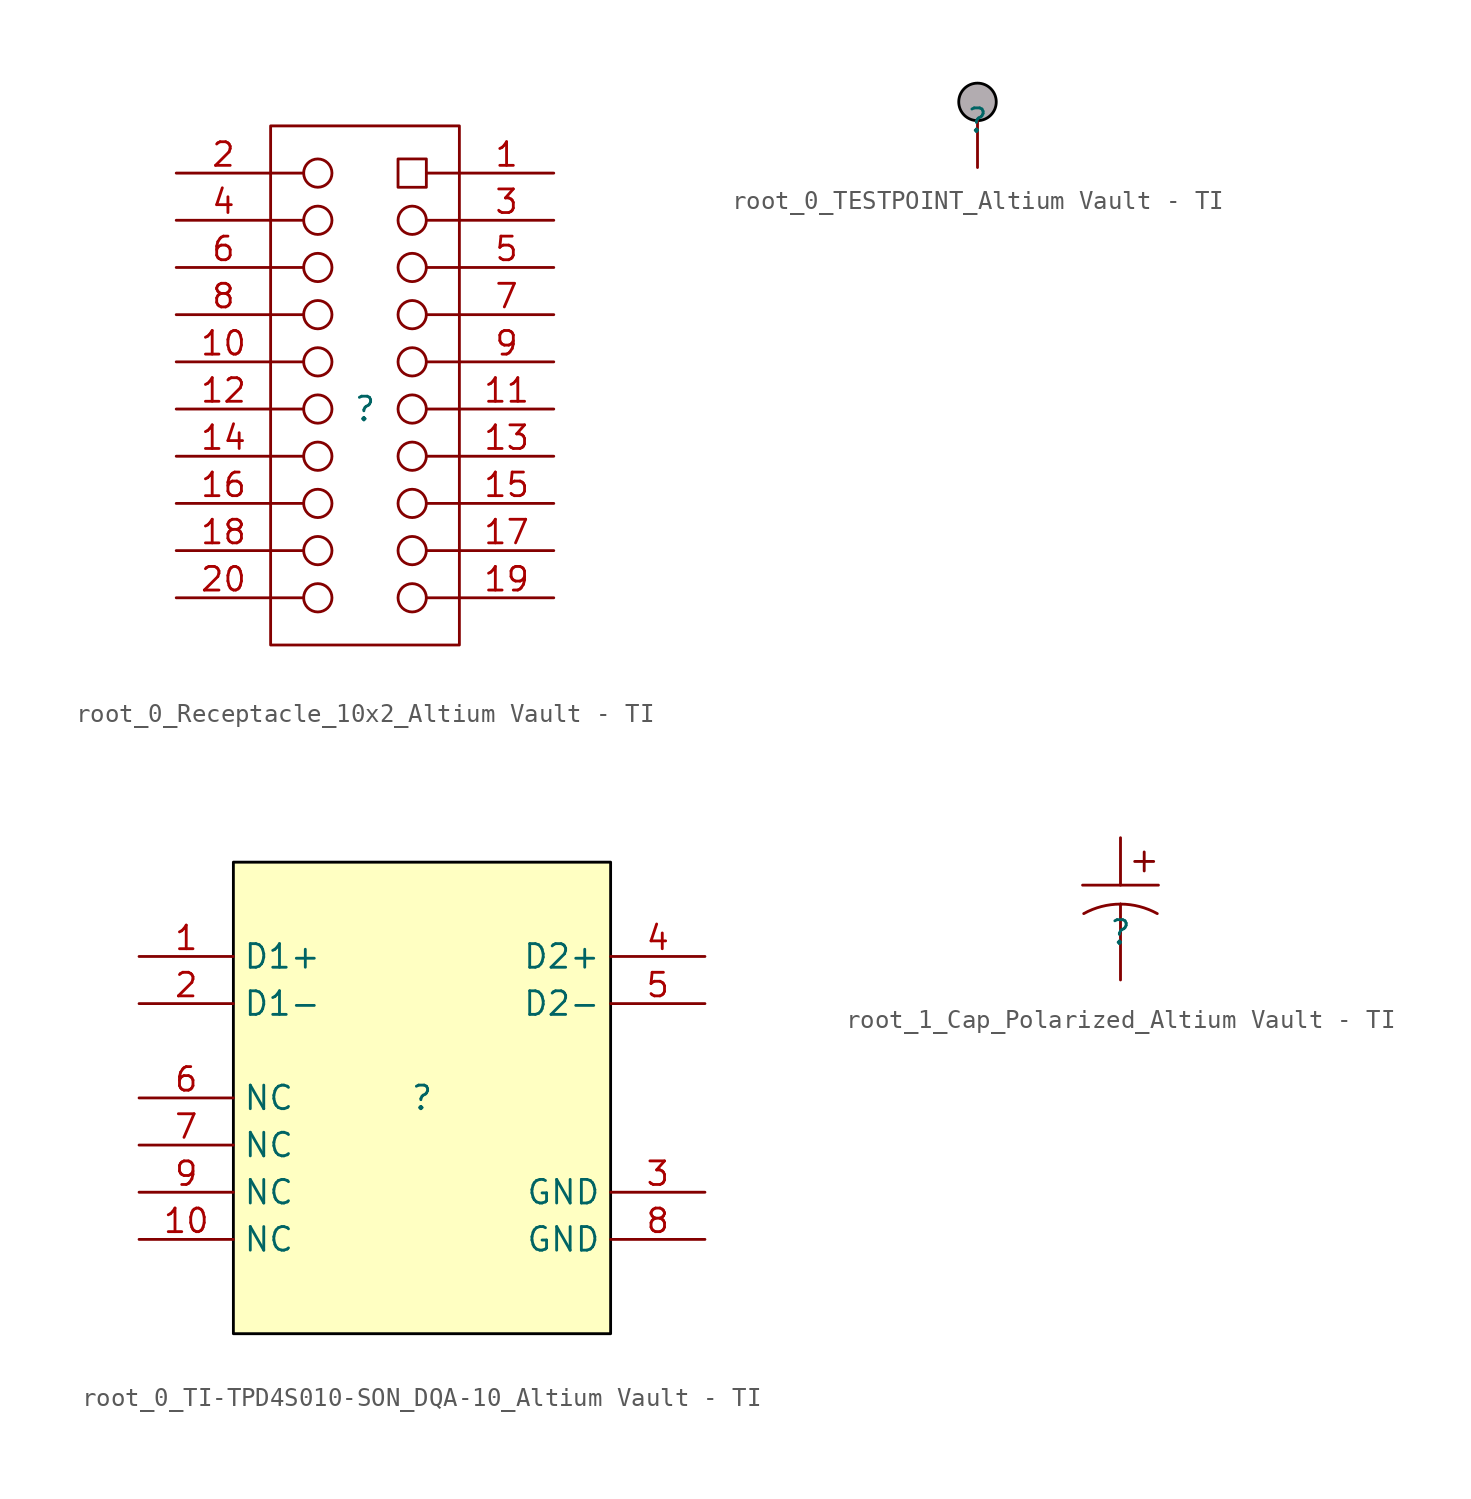
<source format=kicad_sym>
(kicad_symbol_lib
  (version 20241209)
  (generator "kicad_symbol_editor")
  (generator_version "9.0")
  (symbol "root_0_Receptacle_10x2_Altium Vault - TI"
    (pin_names
      (hide yes))
    (property "Reference" ""
      (at 0 0 0)
      (effects (font (size 1.27 1.27))))
    (property "Value" ""
      (at 0 0 0)
      (effects (font (size 1.27 1.27))))
    (symbol "root_0_Receptacle_10x2_Altium Vault - TI_1_0"
      (polyline (pts (xy -5.08 12.7) (xy -3.302 12.7)) (stroke (width 0) (type solid)) (fill (type none)))
      (polyline (pts (xy -5.08 10.16) (xy -3.302 10.16)) (stroke (width 0) (type solid)) (fill (type none)))
      (polyline (pts (xy -5.08 7.62) (xy -3.302 7.62)) (stroke (width 0) (type solid)) (fill (type none)))
      (polyline (pts (xy -5.08 5.08) (xy -3.302 5.08)) (stroke (width 0) (type solid)) (fill (type none)))
      (polyline (pts (xy -5.08 2.54) (xy -3.302 2.54)) (stroke (width 0) (type solid)) (fill (type none)))
      (polyline (pts (xy -5.08 0) (xy -3.302 0)) (stroke (width 0) (type solid)) (fill (type none)))
      (polyline (pts (xy -5.08 -2.54) (xy -3.302 -2.54)) (stroke (width 0) (type solid)) (fill (type none)))
      (polyline (pts (xy -5.08 -5.08) (xy -3.302 -5.08)) (stroke (width 0) (type solid)) (fill (type none)))
      (polyline (pts (xy -5.08 -7.62) (xy -3.302 -7.62)) (stroke (width 0) (type solid)) (fill (type none)))
      (polyline (pts (xy -5.08 -10.16) (xy -3.302 -10.16)) (stroke (width 0) (type solid)) (fill (type none)))
      (circle (center -2.54 12.7) (radius 0.762) (stroke (width 0) (type solid)) (fill (type color) (color 255 255 255 1)))
      (circle (center -2.54 10.16) (radius 0.762) (stroke (width 0) (type solid)) (fill (type color) (color 255 255 255 1)))
      (circle (center -2.54 7.62) (radius 0.762) (stroke (width 0) (type solid)) (fill (type color) (color 255 255 255 1)))
      (circle (center -2.54 5.08) (radius 0.762) (stroke (width 0) (type solid)) (fill (type color) (color 255 255 255 1)))
      (circle (center -2.54 2.54) (radius 0.762) (stroke (width 0) (type solid)) (fill (type color) (color 255 255 255 1)))
      (circle (center -2.54 0) (radius 0.762) (stroke (width 0) (type solid)) (fill (type color) (color 255 255 255 1)))
      (circle (center -2.54 -2.54) (radius 0.762) (stroke (width 0) (type solid)) (fill (type color) (color 255 255 255 1)))
      (circle (center -2.54 -5.08) (radius 0.762) (stroke (width 0) (type solid)) (fill (type color) (color 255 255 255 1)))
      (circle (center -2.54 -7.62) (radius 0.762) (stroke (width 0) (type solid)) (fill (type color) (color 255 255 255 1)))
      (circle (center -2.54 -10.16) (radius 0.762) (stroke (width 0) (type solid)) (fill (type color) (color 255 255 255 1)))
      (circle (center 2.54 10.16) (radius 0.762) (stroke (width 0) (type solid)) (fill (type color) (color 255 255 255 1)))
      (circle (center 2.54 7.62) (radius 0.762) (stroke (width 0) (type solid)) (fill (type color) (color 255 255 255 1)))
      (circle (center 2.54 5.08) (radius 0.762) (stroke (width 0) (type solid)) (fill (type color) (color 255 255 255 1)))
      (circle (center 2.54 2.54) (radius 0.762) (stroke (width 0) (type solid)) (fill (type color) (color 255 255 255 1)))
      (circle (center 2.54 0) (radius 0.762) (stroke (width 0) (type solid)) (fill (type color) (color 255 255 255 1)))
      (circle (center 2.54 -2.54) (radius 0.762) (stroke (width 0) (type solid)) (fill (type color) (color 255 255 255 1)))
      (circle (center 2.54 -5.08) (radius 0.762) (stroke (width 0) (type solid)) (fill (type color) (color 255 255 255 1)))
      (circle (center 2.54 -7.62) (radius 0.762) (stroke (width 0) (type solid)) (fill (type color) (color 255 255 255 1)))
      (circle (center 2.54 -10.16) (radius 0.762) (stroke (width 0) (type solid)) (fill (type color) (color 255 255 255 1)))
      (rectangle (start 3.302 13.462) (end 1.778 11.938) (stroke (width 0) (type solid)) (fill (type color) (color 255 255 255 1)))
      (rectangle (start 5.08 15.24) (end -5.08 -12.7) (stroke (width 0) (type solid)) (fill (type none)))
      (polyline (pts (xy 5.08 12.7) (xy 3.302 12.7)) (stroke (width 0) (type solid)) (fill (type none)))
      (polyline (pts (xy 5.08 10.16) (xy 3.302 10.16)) (stroke (width 0) (type solid)) (fill (type none)))
      (polyline (pts (xy 5.08 7.62) (xy 3.302 7.62)) (stroke (width 0) (type solid)) (fill (type none)))
      (polyline (pts (xy 5.08 5.08) (xy 3.302 5.08)) (stroke (width 0) (type solid)) (fill (type none)))
      (polyline (pts (xy 5.08 2.54) (xy 3.302 2.54)) (stroke (width 0) (type solid)) (fill (type none)))
      (polyline (pts (xy 5.08 0) (xy 3.302 0)) (stroke (width 0) (type solid)) (fill (type none)))
      (polyline (pts (xy 5.08 -2.54) (xy 3.302 -2.54)) (stroke (width 0) (type solid)) (fill (type none)))
      (polyline (pts (xy 5.08 -5.08) (xy 3.302 -5.08)) (stroke (width 0) (type solid)) (fill (type none)))
      (polyline (pts (xy 5.08 -7.62) (xy 3.302 -7.62)) (stroke (width 0) (type solid)) (fill (type none)))
      (polyline (pts (xy 5.08 -10.16) (xy 3.302 -10.16)) (stroke (width 0) (type solid)) (fill (type none)))
      (pin passive line (at -10.16 12.7 0) (length 5.08) (name "2" (effects (font (size 1.27 1.27)))) (number "2" (effects (font (size 1.27 1.27)))))
      (pin passive line (at -10.16 10.16 0) (length 5.08) (name "4" (effects (font (size 1.27 1.27)))) (number "4" (effects (font (size 1.27 1.27)))))
      (pin passive line (at -10.16 7.62 0) (length 5.08) (name "6" (effects (font (size 1.27 1.27)))) (number "6" (effects (font (size 1.27 1.27)))))
      (pin passive line (at -10.16 5.08 0) (length 5.08) (name "8" (effects (font (size 1.27 1.27)))) (number "8" (effects (font (size 1.27 1.27)))))
      (pin passive line (at -10.16 2.54 0) (length 5.08) (name "10" (effects (font (size 1.27 1.27)))) (number "10" (effects (font (size 1.27 1.27)))))
      (pin passive line (at -10.16 0 0) (length 5.08) (name "12" (effects (font (size 1.27 1.27)))) (number "12" (effects (font (size 1.27 1.27)))))
      (pin passive line (at -10.16 -2.54 0) (length 5.08) (name "14" (effects (font (size 1.27 1.27)))) (number "14" (effects (font (size 1.27 1.27)))))
      (pin passive line (at -10.16 -5.08 0) (length 5.08) (name "16" (effects (font (size 1.27 1.27)))) (number "16" (effects (font (size 1.27 1.27)))))
      (pin passive line (at -10.16 -7.62 0) (length 5.08) (name "18" (effects (font (size 1.27 1.27)))) (number "18" (effects (font (size 1.27 1.27)))))
      (pin passive line (at -10.16 -10.16 0) (length 5.08) (name "20" (effects (font (size 1.27 1.27)))) (number "20" (effects (font (size 1.27 1.27)))))
      (pin passive line (at 10.16 12.7 180) (length 5.08) (name "1" (effects (font (size 1.27 1.27)))) (number "1" (effects (font (size 1.27 1.27)))))
      (pin passive line (at 10.16 10.16 180) (length 5.08) (name "3" (effects (font (size 1.27 1.27)))) (number "3" (effects (font (size 1.27 1.27)))))
      (pin passive line (at 10.16 7.62 180) (length 5.08) (name "5" (effects (font (size 1.27 1.27)))) (number "5" (effects (font (size 1.27 1.27)))))
      (pin passive line (at 10.16 5.08 180) (length 5.08) (name "7" (effects (font (size 1.27 1.27)))) (number "7" (effects (font (size 1.27 1.27)))))
      (pin passive line (at 10.16 2.54 180) (length 5.08) (name "9" (effects (font (size 1.27 1.27)))) (number "9" (effects (font (size 1.27 1.27)))))
      (pin passive line (at 10.16 0 180) (length 5.08) (name "11" (effects (font (size 1.27 1.27)))) (number "11" (effects (font (size 1.27 1.27)))))
      (pin passive line (at 10.16 -2.54 180) (length 5.08) (name "13" (effects (font (size 1.27 1.27)))) (number "13" (effects (font (size 1.27 1.27)))))
      (pin passive line (at 10.16 -5.08 180) (length 5.08) (name "15" (effects (font (size 1.27 1.27)))) (number "15" (effects (font (size 1.27 1.27)))))
      (pin passive line (at 10.16 -7.62 180) (length 5.08) (name "17" (effects (font (size 1.27 1.27)))) (number "17" (effects (font (size 1.27 1.27)))))
      (pin passive line (at 10.16 -10.16 180) (length 5.08) (name "19" (effects (font (size 1.27 1.27)))) (number "19" (effects (font (size 1.27 1.27)))))))
  (symbol "root_0_TESTPOINT_Altium Vault - TI"
    (pin_numbers
      (hide yes))
    (pin_names
      (hide yes))
    (property "Reference" ""
      (at 0 0 0)
      (effects (font (size 1.27 1.27))))
    (property "Value" ""
      (at 0 0 0)
      (effects (font (size 1.27 1.27))))
    (symbol "root_0_TESTPOINT_Altium Vault - TI_1_0"
      (circle (center 0 1.016) (radius 1.016) (stroke (width 0) (type solid) (color 0 0 0 1)) (fill (type color) (color 178 172 176 1)))
      (pin passive line (at 0 -2.54 90) (length 2.54) (name "" (effects (font (size 1.27 1.27)))) (number "1" (effects (font (size 1.27 1.27)))))))
  (symbol "root_0_TI-TPD4S010-SON_DQA-10_Altium Vault - TI"
    (property "Reference" ""
      (at 0 0 0)
      (effects (font (size 1.27 1.27))))
    (property "Value" ""
      (at 0 0 0)
      (effects (font (size 1.27 1.27))))
    (symbol "root_0_TI-TPD4S010-SON_DQA-10_Altium Vault - TI_1_0"
      (rectangle (start 10.16 12.7) (end -10.16 -12.7) (stroke (width 0) (type solid) (color 0 0 0 1)) (fill (type background)))
      (pin passive line (at -15.24 7.62 0) (length 5.08) (name "D1+" (effects (font (size 1.27 1.27)))) (number "1" (effects (font (size 1.27 1.27)))))
      (pin passive line (at -15.24 5.08 0) (length 5.08) (name "D1-" (effects (font (size 1.27 1.27)))) (number "2" (effects (font (size 1.27 1.27)))))
      (pin passive line (at -15.24 0 0) (length 5.08) (name "NC" (effects (font (size 1.27 1.27)))) (number "6" (effects (font (size 1.27 1.27)))))
      (pin passive line (at -15.24 -2.54 0) (length 5.08) (name "NC" (effects (font (size 1.27 1.27)))) (number "7" (effects (font (size 1.27 1.27)))))
      (pin passive line (at -15.24 -5.08 0) (length 5.08) (name "NC" (effects (font (size 1.27 1.27)))) (number "9" (effects (font (size 1.27 1.27)))))
      (pin passive line (at -15.24 -7.62 0) (length 5.08) (name "NC" (effects (font (size 1.27 1.27)))) (number "10" (effects (font (size 1.27 1.27)))))
      (pin passive line (at 15.24 7.62 180) (length 5.08) (name "D2+" (effects (font (size 1.27 1.27)))) (number "4" (effects (font (size 1.27 1.27)))))
      (pin passive line (at 15.24 5.08 180) (length 5.08) (name "D2-" (effects (font (size 1.27 1.27)))) (number "5" (effects (font (size 1.27 1.27)))))
      (pin power_in line (at 15.24 -5.08 180) (length 5.08) (name "GND" (effects (font (size 1.27 1.27)))) (number "3" (effects (font (size 1.27 1.27)))))
      (pin power_in line (at 15.24 -7.62 180) (length 5.08) (name "GND" (effects (font (size 1.27 1.27)))) (number "8" (effects (font (size 1.27 1.27)))))))
  (symbol "root_1_Cap_Polarized_Altium Vault - TI"
    (pin_numbers
      (hide yes))
    (pin_names
      (hide yes))
    (property "Reference" ""
      (at 0 0 0)
      (effects (font (size 1.27 1.27))))
    (property "Value" ""
      (at 0 0 0)
      (effects (font (size 1.27 1.27))))
    (symbol "root_1_Cap_Polarized_Altium Vault - TI_1_0"
      (polyline (pts (xy -2.032 2.54) (xy 2.032 2.54)) (stroke (width 0) (type solid)) (fill (type none)))
      (polyline (pts (xy 0 1.524) (xy 0 0)) (stroke (width 0) (type solid)) (fill (type none)))
      (arc (start -1.9703 1.0145) (mid -1.0176 1.3946) (end 0 1.524) (stroke (width 0) (type solid)) (fill (type none)))
      (arc (start 0 1.524) (mid 1.0175 1.3946) (end 1.9703 1.0145) (stroke (width 0) (type solid)) (fill (type none)))
      (polyline (pts (xy 0.762 3.81) (xy 1.778 3.81)) (stroke (width 0) (type solid)) (fill (type none)))
      (polyline (pts (xy 1.27 3.302) (xy 1.27 4.318)) (stroke (width 0) (type solid)) (fill (type none)))
      (pin passive line (at 0 5.08 270) (length 2.54) (name "+" (effects (font (size 1.27 1.27)))) (number "1" (effects (font (size 1.27 1.27)))))
      (pin passive line (at 0 -2.54 90) (length 2.54) (name "-" (effects (font (size 1.27 1.27)))) (number "2" (effects (font (size 1.27 1.27))))))))
</source>
